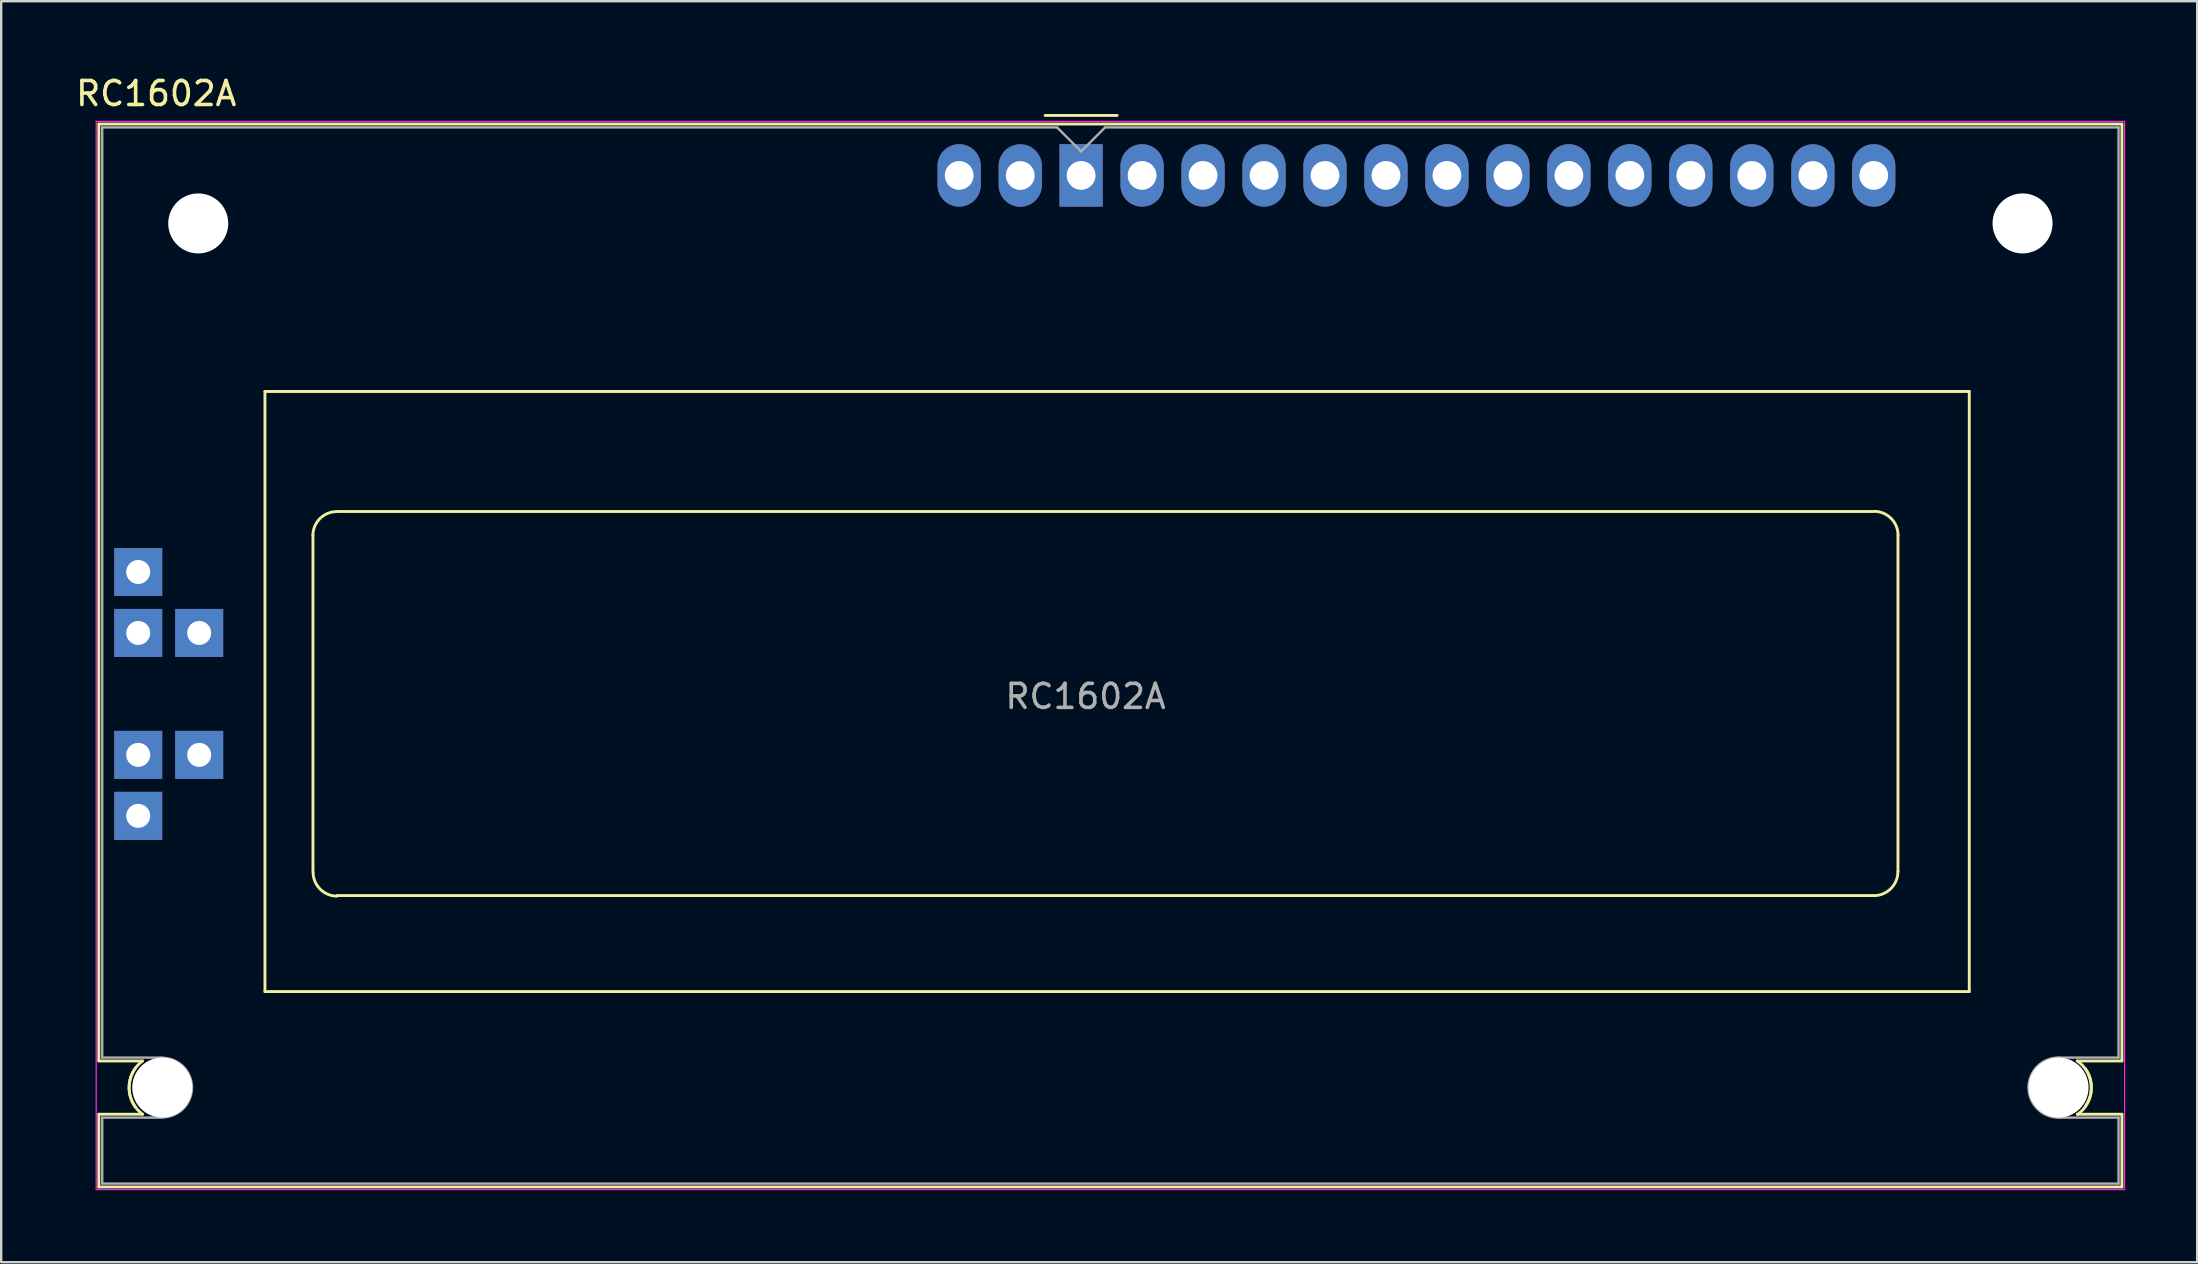
<source format=kicad_pcb>
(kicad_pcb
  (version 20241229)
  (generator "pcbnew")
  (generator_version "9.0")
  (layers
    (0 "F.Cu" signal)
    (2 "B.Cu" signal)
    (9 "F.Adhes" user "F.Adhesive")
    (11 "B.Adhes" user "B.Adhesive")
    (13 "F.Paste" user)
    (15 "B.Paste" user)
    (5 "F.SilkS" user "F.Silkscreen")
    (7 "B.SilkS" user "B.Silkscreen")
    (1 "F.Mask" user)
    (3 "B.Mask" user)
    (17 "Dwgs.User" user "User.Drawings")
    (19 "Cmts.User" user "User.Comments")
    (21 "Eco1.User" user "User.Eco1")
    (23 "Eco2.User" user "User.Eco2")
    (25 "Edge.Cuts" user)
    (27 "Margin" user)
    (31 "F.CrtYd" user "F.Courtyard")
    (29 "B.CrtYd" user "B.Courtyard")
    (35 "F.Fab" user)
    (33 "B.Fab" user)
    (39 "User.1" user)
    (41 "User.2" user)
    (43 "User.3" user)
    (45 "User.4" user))
  (footprint "RC1602A"
    (layer "F.Cu")
    (at 41.988 4.258)
    (property "Reference" "RC1602A" (at -38.53 -3.41 180) (layer "F.SilkS") (effects (font (size 1 1) (thickness 0.15))))
    (attr through_hole)
    (fp_line (start -40.92 -2.14) (end 43.36 -2.14) (stroke (width 0.12) (type solid)) (layer "F.SilkS"))
    (fp_line (start -40.92 36.89) (end -40.92 -2.14) (stroke (width 0.12) (type solid)) (layer "F.SilkS"))
    (fp_line (start -40.92 36.89) (end -39.1 36.89) (stroke (width 0.12) (type solid)) (layer "F.SilkS"))
    (fp_line (start -40.92 39.11) (end -39.1 39.11) (stroke (width 0.12) (type solid)) (layer "F.SilkS"))
    (fp_line (start -40.92 42.14) (end -40.92 39.11) (stroke (width 0.12) (type solid)) (layer "F.SilkS"))
    (fp_line (start -34 9) (end 37 9) (stroke (width 0.12) (type solid)) (layer "F.SilkS"))
    (fp_line (start -34 34) (end -34 9) (stroke (width 0.12) (type solid)) (layer "F.SilkS"))
    (fp_line (start -32 29) (end -32 15) (stroke (width 0.12) (type solid)) (layer "F.SilkS"))
    (fp_line (start -31 14) (end 33 14) (stroke (width 0.12) (type solid)) (layer "F.SilkS"))
    (fp_line (start -1.5 -2.5) (end 1.5 -2.5) (stroke (width 0.12) (type solid)) (layer "F.SilkS"))
    (fp_line (start 33 30) (end -31 30) (stroke (width 0.12) (type solid)) (layer "F.SilkS"))
    (fp_line (start 34.03 15) (end 34.03 29) (stroke (width 0.12) (type solid)) (layer "F.SilkS"))
    (fp_line (start 37 9) (end 37 34) (stroke (width 0.12) (type solid)) (layer "F.SilkS"))
    (fp_line (start 37 34) (end -34 34) (stroke (width 0.12) (type solid)) (layer "F.SilkS"))
    (fp_line (start 41.5 39.11) (end 43.36 39.11) (stroke (width 0.12) (type solid)) (layer "F.SilkS"))
    (fp_line (start 43.36 -2.14) (end 43.36 36.89) (stroke (width 0.12) (type solid)) (layer "F.SilkS"))
    (fp_line (start 43.36 36.89) (end 41.5 36.89) (stroke (width 0.12) (type solid)) (layer "F.SilkS"))
    (fp_line (start 43.36 39.11) (end 43.36 42.14) (stroke (width 0.12) (type solid)) (layer "F.SilkS"))
    (fp_line (start 43.36 42.14) (end -40.92 42.14) (stroke (width 0.12) (type solid)) (layer "F.SilkS"))
    (fp_arc (start -39.39 38.82) (mid -39.644716 37.794939) (end -39.1 36.89) (stroke (width 0.12) (type solid)) (layer "F.SilkS"))
    (fp_arc (start -39.1 39.11) (mid -39.644716 38.205061) (end -39.39 37.18) (stroke (width 0.12) (type solid)) (layer "F.SilkS"))
    (fp_arc (start -32.00286 15.00246) (mid -31.710488 14.296612) (end -31.00464 14.00424) (stroke (width 0.12) (type solid)) (layer "F.SilkS"))
    (fp_arc (start -30.99464 30.0237) (mid -31.702284 29.730584) (end -31.9954 29.02294) (stroke (width 0.12) (type solid)) (layer "F.SilkS"))
    (fp_arc (start 33.03574 13.99424) (mid 33.741588 14.286612) (end 34.03396 14.99246) (stroke (width 0.12) (type solid)) (layer "F.SilkS"))
    (fp_arc (start 34.0265 29.00294) (mid 33.733384 29.710584) (end 33.02574 30.0037) (stroke (width 0.12) (type solid)) (layer "F.SilkS"))
    (fp_arc (start 41.5 36.89) (mid 42.059361 37.759584) (end 41.84 38.77) (stroke (width 0.12) (type solid)) (layer "F.SilkS"))
    (fp_arc (start 41.84 37.21) (mid 42.070574 38.233345) (end 41.51 39.12) (stroke (width 0.12) (type solid)) (layer "F.SilkS"))
    (fp_line (start -41.03 -2.25) (end 43.47 -2.25) (stroke (width 0.05) (type solid)) (layer "F.CrtYd"))
    (fp_line (start -41.03 42.25) (end -41.03 -2.25) (stroke (width 0.05) (type solid)) (layer "F.CrtYd"))
    (fp_line (start -41.03 42.25) (end 43.47 42.25) (stroke (width 0.05) (type solid)) (layer "F.CrtYd"))
    (fp_line (start 43.47 42.25) (end 43.47 -2.25) (stroke (width 0.05) (type solid)) (layer "F.CrtYd"))
    (fp_line (start -40.78 -2) (end -1 -2) (stroke (width 0.1) (type solid)) (layer "F.Fab"))
    (fp_line (start -40.78 36.75) (end -40.78 -2) (stroke (width 0.1) (type solid)) (layer "F.Fab"))
    (fp_line (start -40.78 36.75) (end -38.28 36.75) (stroke (width 0.1) (type solid)) (layer "F.Fab"))
    (fp_line (start -40.78 39.25) (end -38.28 39.25) (stroke (width 0.1) (type solid)) (layer "F.Fab"))
    (fp_line (start -40.78 41.99) (end -40.78 39.25) (stroke (width 0.1) (type solid)) (layer "F.Fab"))
    (fp_line (start -1 -2) (end 0 -1) (stroke (width 0.1) (type solid)) (layer "F.Fab"))
    (fp_line (start 0 -1) (end 1 -2) (stroke (width 0.1) (type solid)) (layer "F.Fab"))
    (fp_line (start 1 -2) (end 43.22 -2) (stroke (width 0.1) (type solid)) (layer "F.Fab"))
    (fp_line (start 40.72 39.25) (end 43.22 39.25) (stroke (width 0.1) (type solid)) (layer "F.Fab"))
    (fp_line (start 43.22 -2) (end 43.22 36.75) (stroke (width 0.1) (type solid)) (layer "F.Fab"))
    (fp_line (start 43.22 36.75) (end 40.72 36.75) (stroke (width 0.1) (type solid)) (layer "F.Fab"))
    (fp_line (start 43.22 39.25) (end 43.22 42) (stroke (width 0.1) (type solid)) (layer "F.Fab"))
    (fp_line (start 43.22 42) (end -40.78 42) (stroke (width 0.1) (type solid)) (layer "F.Fab"))
    (fp_arc (start -38.28 36.76) (mid -37.403188 37.123188) (end -37.04 38) (stroke (width 0.1) (type solid)) (layer "F.Fab"))
    (fp_arc (start -37.04 38) (mid -37.403188 38.876812) (end -38.28 39.24) (stroke (width 0.1) (type solid)) (layer "F.Fab"))
    (fp_arc (start 39.47 37.99) (mid 39.843188 37.109045) (end 40.73 36.75) (stroke (width 0.1) (type solid)) (layer "F.Fab"))
    (fp_arc (start 40.73 39.25) (mid 39.843188 38.890955) (end 39.47 38.01) (stroke (width 0.1) (type solid)) (layer "F.Fab"))
    (fp_text user "${REFERENCE}" (at 0.185 21.705 0) (layer "F.Fab") (effects (font (size 1 1) (thickness 0.15))))
    (pad "" np_thru_hole circle (at -38.28 38 180) (size 2.5 2.5) (drill 2.5) (layers "*.Cu" "*.Mask"))
    (pad "" np_thru_hole circle (at -36.78 2 180) (size 2.5 2.5) (drill 2.5) (layers "*.Cu" "*.Mask"))
    (pad "" np_thru_hole circle (at 39.22 2 180) (size 2.5 2.5) (drill 2.5) (layers "*.Cu" "*.Mask"))
    (pad "" np_thru_hole circle (at 40.72 38 180) (size 2.5 2.5) (drill 2.5) (layers "*.Cu" "*.Mask"))
    (pad "1" thru_hole rect (at 0 0 180) (size 1.8 2.6) (drill 1.2) (layers "*.Cu" "*.Mask"))
    (pad "2" thru_hole oval (at 2.54 0 180) (size 1.8 2.6) (drill 1.2) (layers "*.Cu" "*.Mask"))
    (pad "3" thru_hole oval (at 5.08 0 180) (size 1.8 2.6) (drill 1.2) (layers "*.Cu" "*.Mask"))
    (pad "4" thru_hole oval (at 7.62 0 180) (size 1.8 2.6) (drill 1.2) (layers "*.Cu" "*.Mask"))
    (pad "5" thru_hole oval (at 10.16 0 180) (size 1.8 2.6) (drill 1.2) (layers "*.Cu" "*.Mask"))
    (pad "6" thru_hole oval (at 12.7 0 180) (size 1.8 2.6) (drill 1.2) (layers "*.Cu" "*.Mask"))
    (pad "7" thru_hole oval (at 15.24 0 180) (size 1.8 2.6) (drill 1.2) (layers "*.Cu" "*.Mask"))
    (pad "8" thru_hole oval (at 17.78 0 180) (size 1.8 2.6) (drill 1.2) (layers "*.Cu" "*.Mask"))
    (pad "9" thru_hole oval (at 20.32 0 180) (size 1.8 2.6) (drill 1.2) (layers "*.Cu" "*.Mask"))
    (pad "10" thru_hole oval (at 22.86 0 180) (size 1.8 2.6) (drill 1.2) (layers "*.Cu" "*.Mask"))
    (pad "11" thru_hole oval (at 25.4 0 180) (size 1.8 2.6) (drill 1.2) (layers "*.Cu" "*.Mask"))
    (pad "12" thru_hole oval (at 27.94 0 180) (size 1.8 2.6) (drill 1.2) (layers "*.Cu" "*.Mask"))
    (pad "13" thru_hole oval (at 30.485 0.003 180) (size 1.8 2.6) (drill 1.2) (layers "*.Cu" "*.Mask"))
    (pad "14" thru_hole oval (at 33.02 0 180) (size 1.8 2.6) (drill 1.2) (layers "*.Cu" "*.Mask"))
    (pad "15" thru_hole oval (at -5.08 0 180) (size 1.8 2.6) (drill 1.2) (layers "*.Cu" "*.Mask"))
    (pad "16" thru_hole oval (at -2.535 0.003 180) (size 1.8 2.6) (drill 1.2) (layers "*.Cu" "*.Mask"))
    (pad "A" thru_hole rect (at -39.28 24.14 180) (size 2 2) (drill 1) (layers "*.Cu" "*.Mask"))
    (pad "A" thru_hole rect (at -39.28 26.68 180) (size 2 2) (drill 1) (layers "*.Cu" "*.Mask"))
    (pad "A" thru_hole rect (at -36.74 24.14 180) (size 2 2) (drill 1) (layers "*.Cu" "*.Mask"))
    (pad "K" thru_hole rect (at -39.28 16.52 180) (size 2 2) (drill 1) (layers "*.Cu" "*.Mask"))
    (pad "K" thru_hole rect (at -39.28 19.06 180) (size 2 2) (drill 1) (layers "*.Cu" "*.Mask"))
    (pad "K" thru_hole rect (at -36.74 19.06 180) (size 2 2) (drill 1) (layers "*.Cu" "*.Mask")))
  (gr_rect
    (start -3 -3)
    (end 88.483 49.533)
    (stroke (width 0.1) (type default))
    (fill no)
    (layer "Edge.Cuts")))
</source>
